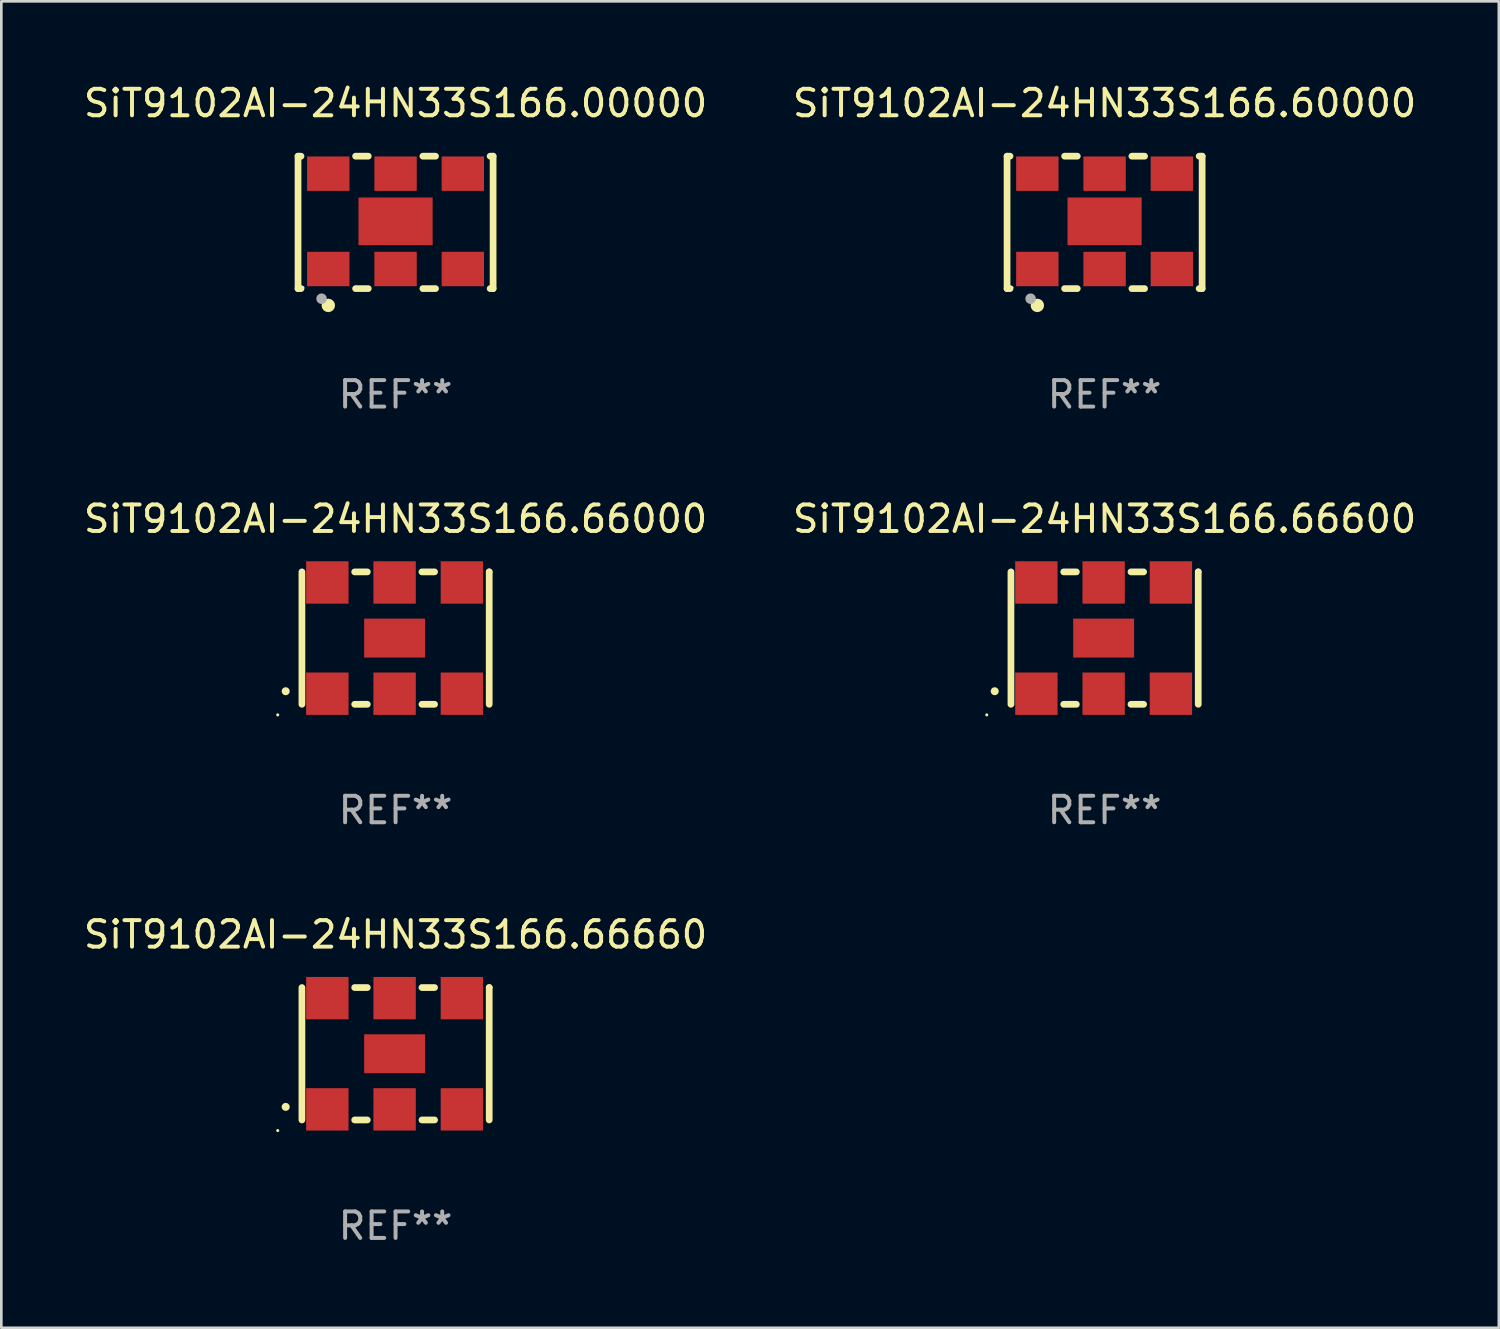
<source format=kicad_pcb>
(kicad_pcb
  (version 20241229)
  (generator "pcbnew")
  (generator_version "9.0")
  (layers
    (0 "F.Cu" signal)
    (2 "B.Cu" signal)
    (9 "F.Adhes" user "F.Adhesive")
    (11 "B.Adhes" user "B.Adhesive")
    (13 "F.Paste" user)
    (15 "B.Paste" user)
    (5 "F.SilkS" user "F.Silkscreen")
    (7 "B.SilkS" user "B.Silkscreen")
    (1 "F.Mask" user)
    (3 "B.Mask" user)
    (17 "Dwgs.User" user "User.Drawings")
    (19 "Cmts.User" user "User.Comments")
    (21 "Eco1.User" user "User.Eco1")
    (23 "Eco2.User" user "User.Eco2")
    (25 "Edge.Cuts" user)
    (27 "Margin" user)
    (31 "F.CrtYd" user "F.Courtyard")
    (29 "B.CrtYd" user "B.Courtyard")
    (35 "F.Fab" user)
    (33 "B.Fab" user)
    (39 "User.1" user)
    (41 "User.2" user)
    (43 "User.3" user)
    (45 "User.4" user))
  (footprint "SiT9102AI-24HN33S166.00000"
    (layer "F.Cu")
    (at 11.887 5.348)
    (property "Reference" "SiT9102AI-24HN33S166.00000" (at 0 -4.5 0) (layer "F.SilkS") (effects (font (size 1 1) (thickness 0.15))))
    (attr through_hole)
    (fp_line (start -3.683 -2.5) (end -3.571 -2.5) (stroke (width 0.254) (type solid)) (layer "F.SilkS"))
    (fp_line (start -3.683 2.5) (end -3.683 -2.5) (stroke (width 0.254) (type solid)) (layer "F.SilkS"))
    (fp_line (start -3.683 2.5) (end -3.571 2.5) (stroke (width 0.254) (type solid)) (layer "F.SilkS"))
    (fp_line (start -1.509 -2.5) (end -1.031 -2.5) (stroke (width 0.254) (type solid)) (layer "F.SilkS"))
    (fp_line (start -1.509 2.5) (end -1.031 2.5) (stroke (width 0.254) (type solid)) (layer "F.SilkS"))
    (fp_line (start 1.031 -2.5) (end 1.509 -2.5) (stroke (width 0.254) (type solid)) (layer "F.SilkS"))
    (fp_line (start 1.031 2.5) (end 1.509 2.5) (stroke (width 0.254) (type solid)) (layer "F.SilkS"))
    (fp_line (start 3.571 -2.5) (end 3.683 -2.5) (stroke (width 0.254) (type solid)) (layer "F.SilkS"))
    (fp_line (start 3.571 2.5) (end 3.683 2.5) (stroke (width 0.254) (type solid)) (layer "F.SilkS"))
    (fp_line (start 3.683 2.5) (end 3.683 -2.5) (stroke (width 0.254) (type solid)) (layer "F.SilkS"))
    (fp_circle (center -3.5 2.46) (end -3.47 2.46) (stroke (width 0.06) (type solid)) (fill no) (layer "F.SilkS"))
    (fp_circle (center -2.54 3.135) (end -2.413 3.135) (stroke (width 0.254) (type solid)) (fill no) (layer "F.SilkS"))
    (fp_circle (center -2.794 2.881) (end -2.694 2.881) (stroke (width 0.2) (type solid)) (fill no) (layer "F.Fab"))
    (fp_text user "REF**" (at 0 6.5 0) (layer "F.Fab") (effects (font (size 1 1) (thickness 0.15))))
    (pad "1" smd rect (at -2.54 1.76) (size 1.6 1.3) (layers "F.Cu" "F.Mask" "F.Paste"))
    (pad "2" smd rect (at 0 1.76) (size 1.6 1.3) (layers "F.Cu" "F.Mask" "F.Paste"))
    (pad "3" smd rect (at 2.54 1.76) (size 1.6 1.3) (layers "F.Cu" "F.Mask" "F.Paste"))
    (pad "4" smd rect (at 2.54 -1.84) (size 1.6 1.3) (layers "F.Cu" "F.Mask" "F.Paste"))
    (pad "5" smd rect (at 0 -1.84) (size 1.6 1.3) (layers "F.Cu" "F.Mask" "F.Paste"))
    (pad "6" smd rect (at -2.54 -1.84) (size 1.6 1.3) (layers "F.Cu" "F.Mask" "F.Paste"))
    (pad "7" smd rect (at 0 -0.04) (size 2.8 1.8) (layers "F.Cu" "F.Mask" "F.Paste")))
  (footprint "SiT9102AI-24HN33S166.60000"
    (layer "F.Cu")
    (at 38.661 5.348)
    (property "Reference" "SiT9102AI-24HN33S166.60000" (at 0 -4.5 0) (layer "F.SilkS") (effects (font (size 1 1) (thickness 0.15))))
    (attr through_hole)
    (fp_line (start -3.683 -2.5) (end -3.571 -2.5) (stroke (width 0.254) (type solid)) (layer "F.SilkS"))
    (fp_line (start -3.683 2.5) (end -3.683 -2.5) (stroke (width 0.254) (type solid)) (layer "F.SilkS"))
    (fp_line (start -3.683 2.5) (end -3.571 2.5) (stroke (width 0.254) (type solid)) (layer "F.SilkS"))
    (fp_line (start -1.509 -2.5) (end -1.031 -2.5) (stroke (width 0.254) (type solid)) (layer "F.SilkS"))
    (fp_line (start -1.509 2.5) (end -1.031 2.5) (stroke (width 0.254) (type solid)) (layer "F.SilkS"))
    (fp_line (start 1.031 -2.5) (end 1.509 -2.5) (stroke (width 0.254) (type solid)) (layer "F.SilkS"))
    (fp_line (start 1.031 2.5) (end 1.509 2.5) (stroke (width 0.254) (type solid)) (layer "F.SilkS"))
    (fp_line (start 3.571 -2.5) (end 3.683 -2.5) (stroke (width 0.254) (type solid)) (layer "F.SilkS"))
    (fp_line (start 3.571 2.5) (end 3.683 2.5) (stroke (width 0.254) (type solid)) (layer "F.SilkS"))
    (fp_line (start 3.683 2.5) (end 3.683 -2.5) (stroke (width 0.254) (type solid)) (layer "F.SilkS"))
    (fp_circle (center -3.5 2.46) (end -3.47 2.46) (stroke (width 0.06) (type solid)) (fill no) (layer "F.SilkS"))
    (fp_circle (center -2.54 3.135) (end -2.413 3.135) (stroke (width 0.254) (type solid)) (fill no) (layer "F.SilkS"))
    (fp_circle (center -2.794 2.881) (end -2.694 2.881) (stroke (width 0.2) (type solid)) (fill no) (layer "F.Fab"))
    (fp_text user "REF**" (at 0 6.5 0) (layer "F.Fab") (effects (font (size 1 1) (thickness 0.15))))
    (pad "1" smd rect (at -2.54 1.76) (size 1.6 1.3) (layers "F.Cu" "F.Mask" "F.Paste"))
    (pad "2" smd rect (at 0 1.76) (size 1.6 1.3) (layers "F.Cu" "F.Mask" "F.Paste"))
    (pad "3" smd rect (at 2.54 1.76) (size 1.6 1.3) (layers "F.Cu" "F.Mask" "F.Paste"))
    (pad "4" smd rect (at 2.54 -1.84) (size 1.6 1.3) (layers "F.Cu" "F.Mask" "F.Paste"))
    (pad "5" smd rect (at 0 -1.84) (size 1.6 1.3) (layers "F.Cu" "F.Mask" "F.Paste"))
    (pad "6" smd rect (at -2.54 -1.84) (size 1.6 1.3) (layers "F.Cu" "F.Mask" "F.Paste"))
    (pad "7" smd rect (at 0 -0.04) (size 2.8 1.8) (layers "F.Cu" "F.Mask" "F.Paste")))
  (footprint "SiT9102AI-24HN33S166.66600"
    (layer "F.Cu")
    (at 38.661 21.045)
    (property "Reference" "SiT9102AI-24HN33S166.66600" (at 0 -4.5 0) (layer "F.SilkS") (effects (font (size 1 1) (thickness 0.15))))
    (attr through_hole)
    (fp_line (start -3.536 -2.5) (end -3.536 2.5) (stroke (width 0.254) (type solid)) (layer "F.SilkS"))
    (fp_line (start -1.544 2.5) (end -1.067 2.5) (stroke (width 0.254) (type solid)) (layer "F.SilkS"))
    (fp_line (start -1.067 -2.5) (end -1.544 -2.5) (stroke (width 0.254) (type solid)) (layer "F.SilkS"))
    (fp_line (start 0.996 2.5) (end 1.473 2.5) (stroke (width 0.254) (type solid)) (layer "F.SilkS"))
    (fp_line (start 1.473 -2.5) (end 0.996 -2.5) (stroke (width 0.254) (type solid)) (layer "F.SilkS"))
    (fp_line (start 3.536 -2.5) (end 3.536 -2.5) (stroke (width 0.254) (type solid)) (layer "F.SilkS"))
    (fp_line (start 3.536 2.5) (end 3.536 -2.5) (stroke (width 0.254) (type solid)) (layer "F.SilkS"))
    (fp_arc (start -4.150432 2.006604) (mid -4.149162 2.006599) (end -4.147892 2.006604) (stroke (width 0.3) (type solid)) (layer "F.SilkS"))
    (fp_circle (center -4.449 2.9) (end -4.419 2.9) (stroke (width 0.06) (type solid)) (fill no) (layer "F.SilkS"))
    (fp_text user "REF**" (at 0 6.5 0) (layer "F.Fab") (effects (font (size 1 1) (thickness 0.15))))
    (pad "1" smd rect (at -2.576 2.1) (size 1.6 1.6) (layers "F.Cu" "F.Mask" "F.Paste"))
    (pad "2" smd rect (at -0.036 2.1) (size 1.6 1.6) (layers "F.Cu" "F.Mask" "F.Paste"))
    (pad "3" smd rect (at 2.504 2.1) (size 1.6 1.6) (layers "F.Cu" "F.Mask" "F.Paste"))
    (pad "4" smd rect (at 2.504 -2.1) (size 1.6 1.6) (layers "F.Cu" "F.Mask" "F.Paste"))
    (pad "5" smd rect (at -0.036 -2.1) (size 1.6 1.6) (layers "F.Cu" "F.Mask" "F.Paste"))
    (pad "6" smd rect (at -2.576 -2.1) (size 1.6 1.6) (layers "F.Cu" "F.Mask" "F.Paste"))
    (pad "7" smd rect (at -0.036 0) (size 2.3 1.47) (layers "F.Cu" "F.Mask" "F.Paste")))
  (footprint "SiT9102AI-24HN33S166.66000"
    (layer "F.Cu")
    (at 11.887 21.045)
    (property "Reference" "SiT9102AI-24HN33S166.66000" (at 0 -4.5 0) (layer "F.SilkS") (effects (font (size 1 1) (thickness 0.15))))
    (attr through_hole)
    (fp_line (start -3.536 -2.5) (end -3.536 2.5) (stroke (width 0.254) (type solid)) (layer "F.SilkS"))
    (fp_line (start -1.544 2.5) (end -1.067 2.5) (stroke (width 0.254) (type solid)) (layer "F.SilkS"))
    (fp_line (start -1.067 -2.5) (end -1.544 -2.5) (stroke (width 0.254) (type solid)) (layer "F.SilkS"))
    (fp_line (start 0.996 2.5) (end 1.473 2.5) (stroke (width 0.254) (type solid)) (layer "F.SilkS"))
    (fp_line (start 1.473 -2.5) (end 0.996 -2.5) (stroke (width 0.254) (type solid)) (layer "F.SilkS"))
    (fp_line (start 3.536 -2.5) (end 3.536 -2.5) (stroke (width 0.254) (type solid)) (layer "F.SilkS"))
    (fp_line (start 3.536 2.5) (end 3.536 -2.5) (stroke (width 0.254) (type solid)) (layer "F.SilkS"))
    (fp_arc (start -4.150432 2.006604) (mid -4.149162 2.006599) (end -4.147892 2.006604) (stroke (width 0.3) (type solid)) (layer "F.SilkS"))
    (fp_circle (center -4.449 2.9) (end -4.419 2.9) (stroke (width 0.06) (type solid)) (fill no) (layer "F.SilkS"))
    (fp_text user "REF**" (at 0 6.5 0) (layer "F.Fab") (effects (font (size 1 1) (thickness 0.15))))
    (pad "1" smd rect (at -2.576 2.1) (size 1.6 1.6) (layers "F.Cu" "F.Mask" "F.Paste"))
    (pad "2" smd rect (at -0.036 2.1) (size 1.6 1.6) (layers "F.Cu" "F.Mask" "F.Paste"))
    (pad "3" smd rect (at 2.504 2.1) (size 1.6 1.6) (layers "F.Cu" "F.Mask" "F.Paste"))
    (pad "4" smd rect (at 2.504 -2.1) (size 1.6 1.6) (layers "F.Cu" "F.Mask" "F.Paste"))
    (pad "5" smd rect (at -0.036 -2.1) (size 1.6 1.6) (layers "F.Cu" "F.Mask" "F.Paste"))
    (pad "6" smd rect (at -2.576 -2.1) (size 1.6 1.6) (layers "F.Cu" "F.Mask" "F.Paste"))
    (pad "7" smd rect (at -0.036 0) (size 2.3 1.47) (layers "F.Cu" "F.Mask" "F.Paste")))
  (footprint "SiT9102AI-24HN33S166.66660"
    (layer "F.Cu")
    (at 11.887 36.741)
    (property "Reference" "SiT9102AI-24HN33S166.66660" (at 0 -4.5 0) (layer "F.SilkS") (effects (font (size 1 1) (thickness 0.15))))
    (attr through_hole)
    (fp_line (start -3.536 -2.5) (end -3.536 2.5) (stroke (width 0.254) (type solid)) (layer "F.SilkS"))
    (fp_line (start -1.544 2.5) (end -1.067 2.5) (stroke (width 0.254) (type solid)) (layer "F.SilkS"))
    (fp_line (start -1.067 -2.5) (end -1.544 -2.5) (stroke (width 0.254) (type solid)) (layer "F.SilkS"))
    (fp_line (start 0.996 2.5) (end 1.473 2.5) (stroke (width 0.254) (type solid)) (layer "F.SilkS"))
    (fp_line (start 1.473 -2.5) (end 0.996 -2.5) (stroke (width 0.254) (type solid)) (layer "F.SilkS"))
    (fp_line (start 3.536 -2.5) (end 3.536 -2.5) (stroke (width 0.254) (type solid)) (layer "F.SilkS"))
    (fp_line (start 3.536 2.5) (end 3.536 -2.5) (stroke (width 0.254) (type solid)) (layer "F.SilkS"))
    (fp_arc (start -4.150432 2.006604) (mid -4.149162 2.006599) (end -4.147892 2.006604) (stroke (width 0.3) (type solid)) (layer "F.SilkS"))
    (fp_circle (center -4.449 2.9) (end -4.419 2.9) (stroke (width 0.06) (type solid)) (fill no) (layer "F.SilkS"))
    (fp_text user "REF**" (at 0 6.5 0) (layer "F.Fab") (effects (font (size 1 1) (thickness 0.15))))
    (pad "1" smd rect (at -2.576 2.1) (size 1.6 1.6) (layers "F.Cu" "F.Mask" "F.Paste"))
    (pad "2" smd rect (at -0.036 2.1) (size 1.6 1.6) (layers "F.Cu" "F.Mask" "F.Paste"))
    (pad "3" smd rect (at 2.504 2.1) (size 1.6 1.6) (layers "F.Cu" "F.Mask" "F.Paste"))
    (pad "4" smd rect (at 2.504 -2.1) (size 1.6 1.6) (layers "F.Cu" "F.Mask" "F.Paste"))
    (pad "5" smd rect (at -0.036 -2.1) (size 1.6 1.6) (layers "F.Cu" "F.Mask" "F.Paste"))
    (pad "6" smd rect (at -2.576 -2.1) (size 1.6 1.6) (layers "F.Cu" "F.Mask" "F.Paste"))
    (pad "7" smd rect (at -0.036 0) (size 2.3 1.47) (layers "F.Cu" "F.Mask" "F.Paste")))
  (gr_rect
    (start -3 -3)
    (end 53.548 47.09)
    (stroke (width 0.1) (type default))
    (fill no)
    (layer "Edge.Cuts")))
</source>
